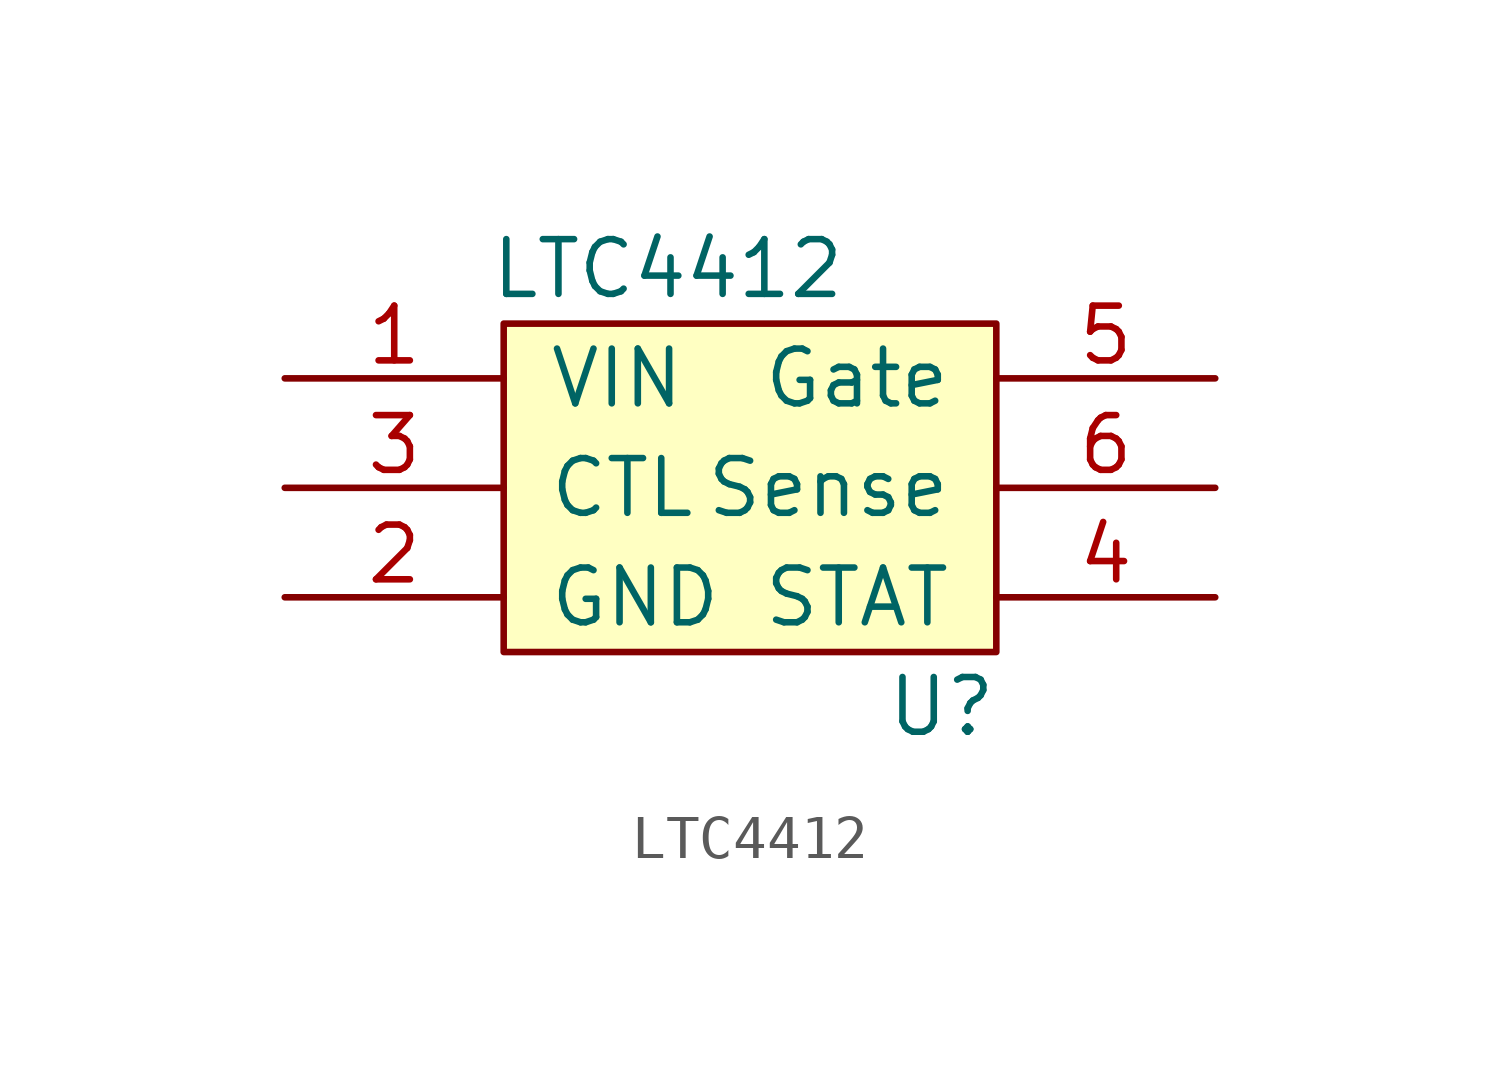
<source format=kicad_sym>
(kicad_symbol_lib
  (version 20241209)
  (generator "kicad_symbol_editor")
  (generator_version "9.0")
  (symbol "LTC4412"
    (pin_names
      (offset 1.016))
    (property "Reference" "U"
      (at 5.08 -5.08 0)
      (effects (font (size 1.27 1.27))))
    (property "Value" "LTC4412"
      (at -1.27 5.08 0)
      (effects (font (size 1.27 1.27))))
    (symbol "LTC4412_0_1"
      (rectangle (start -5.08 3.81) (end 6.35 -3.81) (stroke (width 0) (type solid)) (fill (type background))))
    (symbol "LTC4412_1_1"
      (pin power_in line (at -10.16 2.54 0) (length 5.08) (name "VIN" (effects (font (size 1.27 1.27)))) (number "1" (effects (font (size 1.27 1.27)))))
      (pin input line (at -10.16 0 0) (length 5.08) (name "CTL" (effects (font (size 1.27 1.27)))) (number "3" (effects (font (size 1.27 1.27)))))
      (pin power_in line (at -10.16 -2.54 0) (length 5.08) (name "GND" (effects (font (size 1.27 1.27)))) (number "2" (effects (font (size 1.27 1.27)))))
      (pin output line (at 11.43 2.54 180) (length 5.08) (name "Gate" (effects (font (size 1.27 1.27)))) (number "5" (effects (font (size 1.27 1.27)))))
      (pin input line (at 11.43 0 180) (length 5.08) (name "Sense" (effects (font (size 1.27 1.27)))) (number "6" (effects (font (size 1.27 1.27)))))
      (pin output line (at 11.43 -2.54 180) (length 5.08) (name "STAT" (effects (font (size 1.27 1.27)))) (number "4" (effects (font (size 1.27 1.27))))))))
</source>
